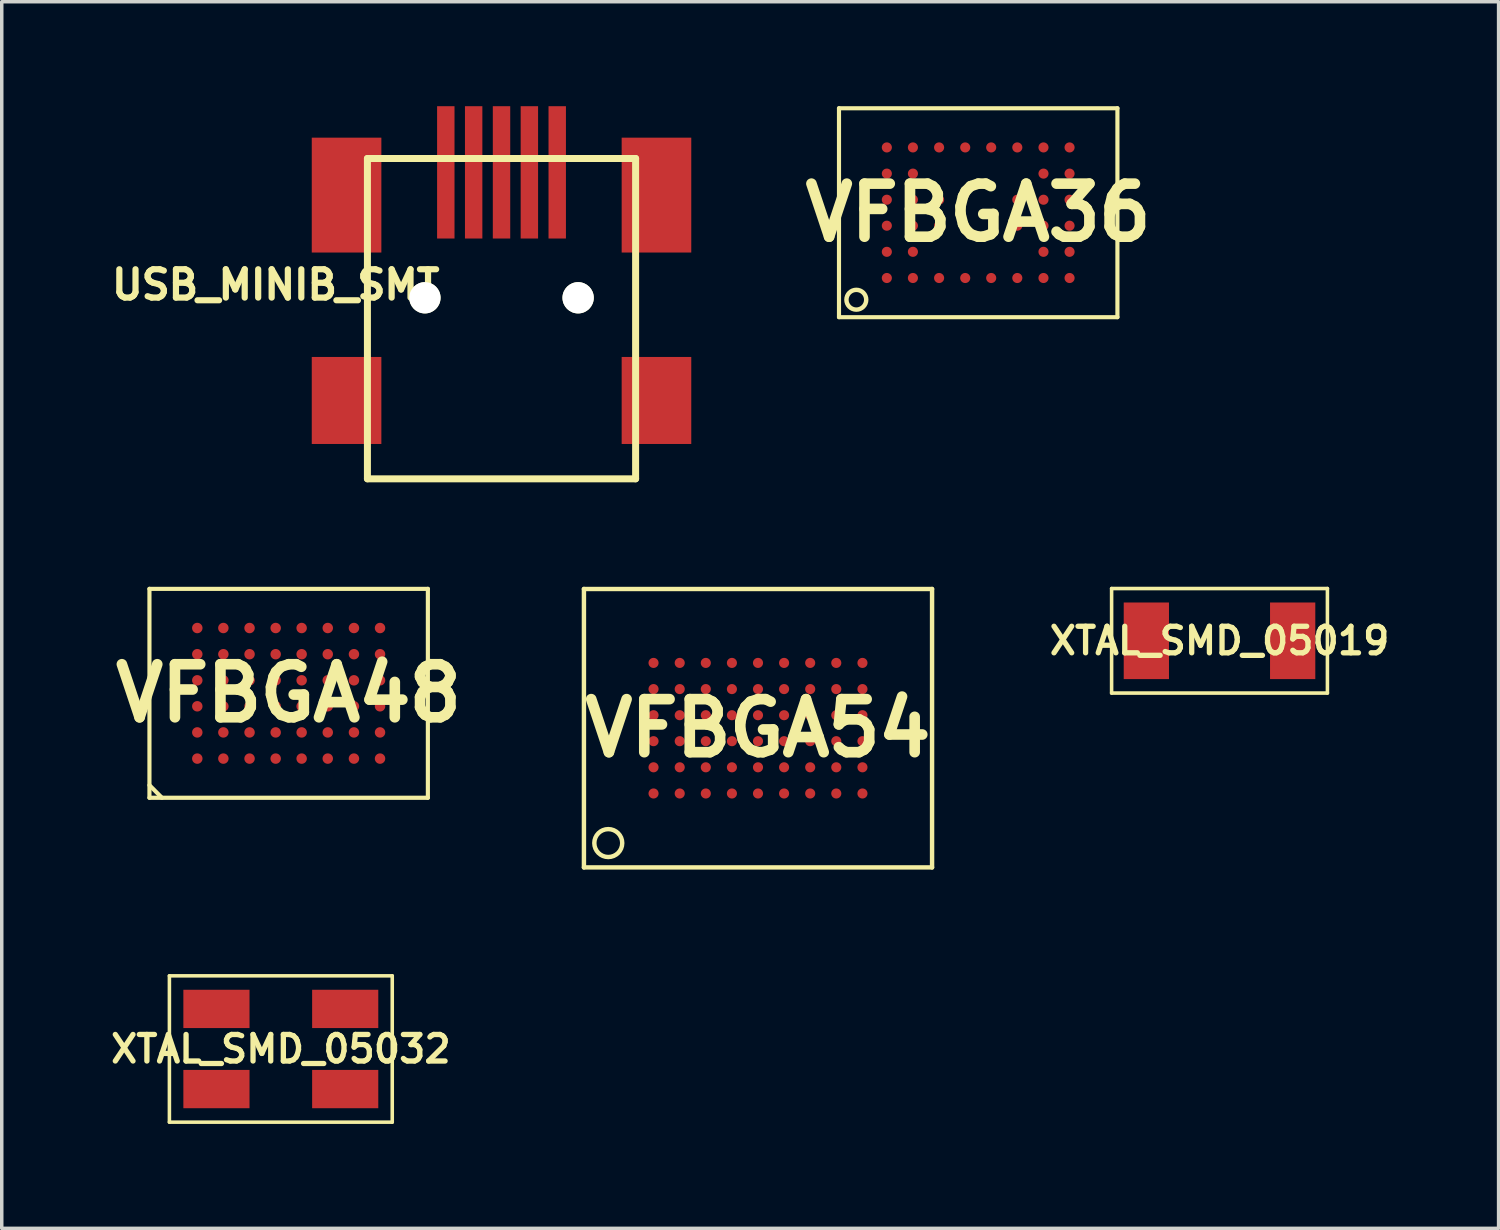
<source format=kicad_pcb>
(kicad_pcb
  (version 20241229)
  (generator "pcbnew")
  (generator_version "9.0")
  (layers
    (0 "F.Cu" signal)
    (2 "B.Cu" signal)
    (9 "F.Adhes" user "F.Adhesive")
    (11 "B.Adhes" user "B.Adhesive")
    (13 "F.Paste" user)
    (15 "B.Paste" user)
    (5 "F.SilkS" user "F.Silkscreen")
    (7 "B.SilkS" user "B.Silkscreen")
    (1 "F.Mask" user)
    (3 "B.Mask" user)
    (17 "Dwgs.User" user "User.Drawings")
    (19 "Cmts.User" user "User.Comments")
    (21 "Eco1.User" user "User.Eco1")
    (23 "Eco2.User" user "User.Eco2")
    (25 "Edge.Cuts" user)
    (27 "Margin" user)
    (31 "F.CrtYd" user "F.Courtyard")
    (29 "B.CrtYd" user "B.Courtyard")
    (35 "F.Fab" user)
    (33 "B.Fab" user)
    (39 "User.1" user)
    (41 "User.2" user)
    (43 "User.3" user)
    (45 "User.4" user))
  (footprint "VFBGA48"
    (layer "F.Cu")
    (at 5.24 16.861)
    (property "Reference" "VFBGA48" (at 0 0 0) (layer "F.SilkS") (effects (font (size 1.524 1.524) (thickness 0.305))))
    (attr through_hole)
    (fp_line (start -3.998 -3) (end -3.998 3) (stroke (width 0.119) (type solid)) (layer "F.SilkS"))
    (fp_line (start -3.998 -3) (end 3.998 -3) (stroke (width 0.119) (type solid)) (layer "F.SilkS"))
    (fp_line (start -3.998 2.639) (end -3.64 3) (stroke (width 0.119) (type solid)) (layer "F.SilkS"))
    (fp_line (start -3.998 3) (end 3.998 3) (stroke (width 0.119) (type solid)) (layer "F.SilkS"))
    (fp_line (start 3.998 -3) (end 3.998 3) (stroke (width 0.119) (type solid)) (layer "F.SilkS"))
    (pad "A1" smd oval (at -2.624 1.875) (size 0.3 0.3) (layers "F.Cu" "F.Mask" "F.Paste"))
    (pad "A2" smd oval (at -2.624 1.123) (size 0.3 0.3) (layers "F.Cu" "F.Mask" "F.Paste"))
    (pad "A3" smd oval (at -2.624 0.373) (size 0.3 0.3) (layers "F.Cu" "F.Mask" "F.Paste"))
    (pad "A4" smd oval (at -2.624 -0.373) (size 0.3 0.3) (layers "F.Cu" "F.Mask" "F.Paste"))
    (pad "A5" smd oval (at -2.624 -1.123) (size 0.3 0.3) (layers "F.Cu" "F.Mask" "F.Paste"))
    (pad "A6" smd oval (at -2.624 -1.875) (size 0.3 0.3) (layers "F.Cu" "F.Mask" "F.Paste"))
    (pad "B1" smd oval (at -1.875 1.875) (size 0.3 0.3) (layers "F.Cu" "F.Mask" "F.Paste"))
    (pad "B2" smd oval (at -1.875 1.123) (size 0.3 0.3) (layers "F.Cu" "F.Mask" "F.Paste"))
    (pad "B3" smd oval (at -1.875 0.373) (size 0.3 0.3) (layers "F.Cu" "F.Mask" "F.Paste"))
    (pad "B4" smd oval (at -1.875 -0.373) (size 0.3 0.3) (layers "F.Cu" "F.Mask" "F.Paste"))
    (pad "B5" smd oval (at -1.875 -1.123) (size 0.3 0.3) (layers "F.Cu" "F.Mask" "F.Paste"))
    (pad "B6" smd oval (at -1.875 -1.875) (size 0.3 0.3) (layers "F.Cu" "F.Mask" "F.Paste"))
    (pad "C1" smd oval (at -1.123 1.875) (size 0.3 0.3) (layers "F.Cu" "F.Mask" "F.Paste"))
    (pad "C2" smd oval (at -1.123 1.123) (size 0.3 0.3) (layers "F.Cu" "F.Mask" "F.Paste"))
    (pad "C3" smd oval (at -1.123 0.373) (size 0.3 0.3) (layers "F.Cu" "F.Mask" "F.Paste"))
    (pad "C4" smd oval (at -1.123 -0.373) (size 0.3 0.3) (layers "F.Cu" "F.Mask" "F.Paste"))
    (pad "C5" smd oval (at -1.123 -1.123) (size 0.3 0.3) (layers "F.Cu" "F.Mask" "F.Paste"))
    (pad "C6" smd oval (at -1.123 -1.875) (size 0.3 0.3) (layers "F.Cu" "F.Mask" "F.Paste"))
    (pad "D1" smd oval (at -0.373 1.875) (size 0.3 0.3) (layers "F.Cu" "F.Mask" "F.Paste"))
    (pad "D2" smd oval (at -0.373 1.123) (size 0.3 0.3) (layers "F.Cu" "F.Mask" "F.Paste"))
    (pad "D3" smd oval (at -0.373 0.373) (size 0.3 0.3) (layers "F.Cu" "F.Mask" "F.Paste"))
    (pad "D4" smd oval (at -0.373 -0.373) (size 0.3 0.3) (layers "F.Cu" "F.Mask" "F.Paste"))
    (pad "D5" smd oval (at -0.373 -1.123) (size 0.3 0.3) (layers "F.Cu" "F.Mask" "F.Paste"))
    (pad "D6" smd oval (at -0.373 -1.875) (size 0.3 0.3) (layers "F.Cu" "F.Mask" "F.Paste"))
    (pad "E1" smd oval (at 0.373 1.875) (size 0.3 0.3) (layers "F.Cu" "F.Mask" "F.Paste"))
    (pad "E2" smd oval (at 0.373 1.123) (size 0.3 0.3) (layers "F.Cu" "F.Mask" "F.Paste"))
    (pad "E3" smd oval (at 0.373 0.373) (size 0.3 0.3) (layers "F.Cu" "F.Mask" "F.Paste"))
    (pad "E4" smd oval (at 0.373 -0.373) (size 0.3 0.3) (layers "F.Cu" "F.Mask" "F.Paste"))
    (pad "E5" smd oval (at 0.373 -1.123) (size 0.3 0.3) (layers "F.Cu" "F.Mask" "F.Paste"))
    (pad "E6" smd oval (at 0.373 -1.875) (size 0.3 0.3) (layers "F.Cu" "F.Mask" "F.Paste"))
    (pad "F1" smd oval (at 1.123 1.875) (size 0.3 0.3) (layers "F.Cu" "F.Mask" "F.Paste"))
    (pad "F2" smd oval (at 1.123 1.123) (size 0.3 0.3) (layers "F.Cu" "F.Mask" "F.Paste"))
    (pad "F3" smd oval (at 1.123 0.373) (size 0.3 0.3) (layers "F.Cu" "F.Mask" "F.Paste"))
    (pad "F4" smd oval (at 1.123 -0.373) (size 0.3 0.3) (layers "F.Cu" "F.Mask" "F.Paste"))
    (pad "F5" smd oval (at 1.123 -1.123) (size 0.3 0.3) (layers "F.Cu" "F.Mask" "F.Paste"))
    (pad "F6" smd oval (at 1.123 -1.875) (size 0.3 0.3) (layers "F.Cu" "F.Mask" "F.Paste"))
    (pad "G1" smd oval (at 1.875 1.875) (size 0.3 0.3) (layers "F.Cu" "F.Mask" "F.Paste"))
    (pad "G2" smd oval (at 1.875 1.123) (size 0.3 0.3) (layers "F.Cu" "F.Mask" "F.Paste"))
    (pad "G3" smd oval (at 1.875 0.373) (size 0.3 0.3) (layers "F.Cu" "F.Mask" "F.Paste"))
    (pad "G4" smd oval (at 1.875 -0.373) (size 0.3 0.3) (layers "F.Cu" "F.Mask" "F.Paste"))
    (pad "G5" smd oval (at 1.875 -1.123) (size 0.3 0.3) (layers "F.Cu" "F.Mask" "F.Paste"))
    (pad "G6" smd oval (at 1.875 -1.875) (size 0.3 0.3) (layers "F.Cu" "F.Mask" "F.Paste"))
    (pad "H1" smd oval (at 2.624 1.875) (size 0.3 0.3) (layers "F.Cu" "F.Mask" "F.Paste"))
    (pad "H2" smd oval (at 2.624 1.123) (size 0.3 0.3) (layers "F.Cu" "F.Mask" "F.Paste"))
    (pad "H3" smd oval (at 2.624 0.373) (size 0.3 0.3) (layers "F.Cu" "F.Mask" "F.Paste"))
    (pad "H4" smd oval (at 2.624 -0.373) (size 0.3 0.3) (layers "F.Cu" "F.Mask" "F.Paste"))
    (pad "H5" smd oval (at 2.624 -1.123) (size 0.3 0.3) (layers "F.Cu" "F.Mask" "F.Paste"))
    (pad "H6" smd oval (at 2.624 -1.875) (size 0.3 0.3) (layers "F.Cu" "F.Mask" "F.Paste")))
  (footprint "VFBGA54"
    (layer "F.Cu")
    (at 18.719 17.863)
    (property "Reference" "VFBGA54" (at 0 0 0) (layer "F.SilkS") (effects (font (size 1.524 1.524) (thickness 0.305))))
    (attr through_hole)
    (fp_line (start -4.999 -3.998) (end -4.999 3.998) (stroke (width 0.127) (type solid)) (layer "F.SilkS"))
    (fp_line (start -4.999 -3.998) (end 4.999 -3.998) (stroke (width 0.127) (type solid)) (layer "F.SilkS"))
    (fp_line (start -4.999 3.998) (end 4.999 3.998) (stroke (width 0.127) (type solid)) (layer "F.SilkS"))
    (fp_line (start 4.999 -3.998) (end 4.999 3.998) (stroke (width 0.127) (type solid)) (layer "F.SilkS"))
    (fp_circle (center -4.3 3.299) (end -3.899 3.299) (stroke (width 0.127) (type solid)) (fill no) (layer "F.SilkS"))
    (pad "A1" smd oval (at -3 1.875) (size 0.29 0.29) (layers "F.Cu" "F.Mask" "F.Paste"))
    (pad "A2" smd oval (at -3 1.123) (size 0.29 0.29) (layers "F.Cu" "F.Mask" "F.Paste"))
    (pad "A3" smd oval (at -3 0.373) (size 0.29 0.29) (layers "F.Cu" "F.Mask" "F.Paste"))
    (pad "A4" smd oval (at -3 -0.373) (size 0.29 0.29) (layers "F.Cu" "F.Mask" "F.Paste"))
    (pad "A5" smd oval (at -3 -1.123) (size 0.29 0.29) (layers "F.Cu" "F.Mask" "F.Paste"))
    (pad "A6" smd oval (at -3 -1.875) (size 0.29 0.29) (layers "F.Cu" "F.Mask" "F.Paste"))
    (pad "B1" smd oval (at -2.248 1.875) (size 0.29 0.29) (layers "F.Cu" "F.Mask" "F.Paste"))
    (pad "B2" smd oval (at -2.248 1.123) (size 0.29 0.29) (layers "F.Cu" "F.Mask" "F.Paste"))
    (pad "B3" smd oval (at -2.248 0.373) (size 0.29 0.29) (layers "F.Cu" "F.Mask" "F.Paste"))
    (pad "B4" smd oval (at -2.248 -0.373) (size 0.29 0.29) (layers "F.Cu" "F.Mask" "F.Paste"))
    (pad "B5" smd oval (at -2.248 -1.123) (size 0.29 0.29) (layers "F.Cu" "F.Mask" "F.Paste"))
    (pad "B6" smd oval (at -2.248 -1.875) (size 0.29 0.29) (layers "F.Cu" "F.Mask" "F.Paste"))
    (pad "C1" smd oval (at -1.499 1.875) (size 0.29 0.29) (layers "F.Cu" "F.Mask" "F.Paste"))
    (pad "C2" smd oval (at -1.499 1.123) (size 0.29 0.29) (layers "F.Cu" "F.Mask" "F.Paste"))
    (pad "C3" smd oval (at -1.499 0.373) (size 0.29 0.29) (layers "F.Cu" "F.Mask" "F.Paste"))
    (pad "C4" smd oval (at -1.499 -0.373) (size 0.29 0.29) (layers "F.Cu" "F.Mask" "F.Paste"))
    (pad "C5" smd oval (at -1.499 -1.123) (size 0.29 0.29) (layers "F.Cu" "F.Mask" "F.Paste"))
    (pad "C6" smd oval (at -1.499 -1.875) (size 0.29 0.29) (layers "F.Cu" "F.Mask" "F.Paste"))
    (pad "D1" smd oval (at -0.749 1.875) (size 0.29 0.29) (layers "F.Cu" "F.Mask" "F.Paste"))
    (pad "D2" smd oval (at -0.749 1.123) (size 0.29 0.29) (layers "F.Cu" "F.Mask" "F.Paste"))
    (pad "D3" smd oval (at -0.749 0.373) (size 0.29 0.29) (layers "F.Cu" "F.Mask" "F.Paste"))
    (pad "D4" smd oval (at -0.749 -0.373) (size 0.29 0.29) (layers "F.Cu" "F.Mask" "F.Paste"))
    (pad "D5" smd oval (at -0.749 -1.123) (size 0.29 0.29) (layers "F.Cu" "F.Mask" "F.Paste"))
    (pad "D6" smd oval (at -0.749 -1.875) (size 0.29 0.29) (layers "F.Cu" "F.Mask" "F.Paste"))
    (pad "E1" smd oval (at 0 1.875) (size 0.29 0.29) (layers "F.Cu" "F.Mask" "F.Paste"))
    (pad "E2" smd oval (at 0 1.123) (size 0.29 0.29) (layers "F.Cu" "F.Mask" "F.Paste"))
    (pad "E3" smd oval (at 0 0.373) (size 0.29 0.29) (layers "F.Cu" "F.Mask" "F.Paste"))
    (pad "E4" smd oval (at 0 -0.373) (size 0.29 0.29) (layers "F.Cu" "F.Mask" "F.Paste"))
    (pad "E5" smd oval (at 0 -1.123) (size 0.29 0.29) (layers "F.Cu" "F.Mask" "F.Paste"))
    (pad "E6" smd oval (at 0 -1.875) (size 0.29 0.29) (layers "F.Cu" "F.Mask" "F.Paste"))
    (pad "F1" smd oval (at 0.749 1.875) (size 0.29 0.29) (layers "F.Cu" "F.Mask" "F.Paste"))
    (pad "F2" smd oval (at 0.749 1.123) (size 0.29 0.29) (layers "F.Cu" "F.Mask" "F.Paste"))
    (pad "F3" smd oval (at 0.749 0.373) (size 0.29 0.29) (layers "F.Cu" "F.Mask" "F.Paste"))
    (pad "F4" smd oval (at 0.749 -0.373) (size 0.29 0.29) (layers "F.Cu" "F.Mask" "F.Paste"))
    (pad "F5" smd oval (at 0.749 -1.123) (size 0.29 0.29) (layers "F.Cu" "F.Mask" "F.Paste"))
    (pad "F6" smd oval (at 0.749 -1.875) (size 0.29 0.29) (layers "F.Cu" "F.Mask" "F.Paste"))
    (pad "G1" smd oval (at 1.499 1.875) (size 0.29 0.29) (layers "F.Cu" "F.Mask" "F.Paste"))
    (pad "G2" smd oval (at 1.499 1.123) (size 0.29 0.29) (layers "F.Cu" "F.Mask" "F.Paste"))
    (pad "G3" smd oval (at 1.499 0.373) (size 0.29 0.29) (layers "F.Cu" "F.Mask" "F.Paste"))
    (pad "G4" smd oval (at 1.499 -0.373) (size 0.29 0.29) (layers "F.Cu" "F.Mask" "F.Paste"))
    (pad "G5" smd oval (at 1.499 -1.123) (size 0.29 0.29) (layers "F.Cu" "F.Mask" "F.Paste"))
    (pad "G6" smd oval (at 1.499 -1.875) (size 0.29 0.29) (layers "F.Cu" "F.Mask" "F.Paste"))
    (pad "H1" smd oval (at 2.248 1.875) (size 0.29 0.29) (layers "F.Cu" "F.Mask" "F.Paste"))
    (pad "H2" smd oval (at 2.248 1.123) (size 0.29 0.29) (layers "F.Cu" "F.Mask" "F.Paste"))
    (pad "H3" smd oval (at 2.248 0.373) (size 0.29 0.29) (layers "F.Cu" "F.Mask" "F.Paste"))
    (pad "H4" smd oval (at 2.248 -0.373) (size 0.29 0.29) (layers "F.Cu" "F.Mask" "F.Paste"))
    (pad "H5" smd oval (at 2.248 -1.123) (size 0.29 0.29) (layers "F.Cu" "F.Mask" "F.Paste"))
    (pad "H6" smd oval (at 2.248 -1.875) (size 0.29 0.29) (layers "F.Cu" "F.Mask" "F.Paste"))
    (pad "J1" smd oval (at 3 1.875) (size 0.29 0.29) (layers "F.Cu" "F.Mask" "F.Paste"))
    (pad "J2" smd oval (at 3 1.123) (size 0.29 0.29) (layers "F.Cu" "F.Mask" "F.Paste"))
    (pad "J3" smd oval (at 3 0.373) (size 0.29 0.29) (layers "F.Cu" "F.Mask" "F.Paste"))
    (pad "J4" smd oval (at 3 -0.373) (size 0.29 0.29) (layers "F.Cu" "F.Mask" "F.Paste"))
    (pad "J5" smd oval (at 3 -1.123) (size 0.29 0.29) (layers "F.Cu" "F.Mask" "F.Paste"))
    (pad "J6" smd oval (at 3 -1.875) (size 0.29 0.29) (layers "F.Cu" "F.Mask" "F.Paste")))
  (footprint "USB_MINIB_SMT"
    (layer "F.Cu")
    (at 11.353 5.502)
    (property "Reference" "USB_MINIB_SMT" (at -6.485 -0.373 0) (layer "F.SilkS") (effects (font (size 0.813 0.813) (thickness 0.178))))
    (attr through_hole)
    (fp_line (start -3.851 -4) (end -3.851 5.199) (stroke (width 0.201) (type solid)) (layer "F.SilkS"))
    (fp_line (start -3.851 5.199) (end 3.851 5.199) (stroke (width 0.201) (type solid)) (layer "F.SilkS"))
    (fp_line (start 3.851 -4) (end -3.851 -4) (stroke (width 0.201) (type solid)) (layer "F.SilkS"))
    (fp_line (start 3.851 5.199) (end 3.851 -4) (stroke (width 0.201) (type solid)) (layer "F.SilkS"))
    (pad "" np_thru_hole circle (at -2.2 0) (size 0.899 0.899) (drill 0.899) (layers "*.Cu" "*.Mask" "F.SilkS"))
    (pad "" np_thru_hole circle (at 2.2 0) (size 0.899 0.899) (drill 0.899) (layers "*.Cu" "*.Mask" "F.SilkS"))
    (pad "1" smd rect (at -1.6 -3.602) (size 0.5 3.8) (layers "F.Cu" "F.Mask" "F.Paste"))
    (pad "2" smd rect (at -0.8 -3.602) (size 0.5 3.8) (layers "F.Cu" "F.Mask" "F.Paste"))
    (pad "3" smd rect (at 0 -3.602) (size 0.5 3.8) (layers "F.Cu" "F.Mask" "F.Paste"))
    (pad "4" smd rect (at 0.8 -3.602) (size 0.5 3.8) (layers "F.Cu" "F.Mask" "F.Paste"))
    (pad "5" smd rect (at 1.6 -3.602) (size 0.5 3.8) (layers "F.Cu" "F.Mask" "F.Paste"))
    (pad "6" smd rect (at -4.45 -2.949) (size 1.999 3.299) (layers "F.Cu" "F.Mask" "F.Paste"))
    (pad "6" smd rect (at -4.45 2.949) (size 1.999 2.499) (layers "F.Cu" "F.Mask" "F.Paste"))
    (pad "7" smd rect (at 4.45 -2.949) (size 1.999 3.299) (layers "F.Cu" "F.Mask" "F.Paste"))
    (pad "7" smd rect (at 4.45 2.949) (size 1.999 2.499) (layers "F.Cu" "F.Mask" "F.Paste")))
  (footprint "XTAL_SMD_05019"
    (layer "F.Cu")
    (at 31.973 15.353)
    (property "Reference" "XTAL_SMD_05019" (at 0 0 0) (layer "F.SilkS") (effects (font (size 0.762 0.762) (thickness 0.152))))
    (attr through_hole)
    (fp_line (start -3.099 -1.501) (end 3.099 -1.501) (stroke (width 0.102) (type solid)) (layer "F.SilkS"))
    (fp_line (start -3.099 1.501) (end -3.099 -1.501) (stroke (width 0.102) (type solid)) (layer "F.SilkS"))
    (fp_line (start 3.099 -1.501) (end 3.099 1.501) (stroke (width 0.102) (type solid)) (layer "F.SilkS"))
    (fp_line (start 3.099 1.501) (end -3.099 1.501) (stroke (width 0.102) (type solid)) (layer "F.SilkS"))
    (pad "1" smd rect (at -2.101 0) (size 1.3 2.2) (layers "F.Cu" "F.Mask" "F.Paste"))
    (pad "2" smd rect (at 2.101 0) (size 1.3 2.2) (layers "F.Cu" "F.Mask" "F.Paste")))
  (footprint "VFBGA36"
    (layer "F.Cu")
    (at 25.043 3.059)
    (property "Reference" "VFBGA36" (at 0 0 0) (layer "F.SilkS") (effects (font (size 1.524 1.524) (thickness 0.305))))
    (attr through_hole)
    (fp_line (start -3.998 -3) (end -3.998 3) (stroke (width 0.119) (type solid)) (layer "F.SilkS"))
    (fp_line (start -3.998 -3) (end 3.998 -3) (stroke (width 0.119) (type solid)) (layer "F.SilkS"))
    (fp_line (start -3.998 3) (end 3.998 3) (stroke (width 0.119) (type solid)) (layer "F.SilkS"))
    (fp_line (start 3.998 -3) (end 3.998 3) (stroke (width 0.119) (type solid)) (layer "F.SilkS"))
    (fp_circle (center -3.5 2.499) (end -3.299 2.7) (stroke (width 0.127) (type solid)) (fill no) (layer "F.SilkS"))
    (pad "A1" smd oval (at -2.624 1.875) (size 0.29 0.29) (layers "F.Cu" "F.Mask" "F.Paste"))
    (pad "A2" smd oval (at -2.624 1.123) (size 0.29 0.29) (layers "F.Cu" "F.Mask" "F.Paste"))
    (pad "A3" smd oval (at -2.624 0.373) (size 0.29 0.29) (layers "F.Cu" "F.Mask" "F.Paste"))
    (pad "A4" smd oval (at -2.624 -0.373) (size 0.29 0.29) (layers "F.Cu" "F.Mask" "F.Paste"))
    (pad "A5" smd oval (at -2.624 -1.123) (size 0.29 0.29) (layers "F.Cu" "F.Mask" "F.Paste"))
    (pad "A6" smd oval (at -2.624 -1.875) (size 0.29 0.29) (layers "F.Cu" "F.Mask" "F.Paste"))
    (pad "B1" smd oval (at -1.875 1.875) (size 0.29 0.29) (layers "F.Cu" "F.Mask" "F.Paste"))
    (pad "B2" smd oval (at -1.875 1.123) (size 0.29 0.29) (layers "F.Cu" "F.Mask" "F.Paste"))
    (pad "B3" smd oval (at -1.875 0.373) (size 0.29 0.29) (layers "F.Cu" "F.Mask" "F.Paste"))
    (pad "B4" smd oval (at -1.875 -0.373) (size 0.29 0.29) (layers "F.Cu" "F.Mask" "F.Paste"))
    (pad "B5" smd oval (at -1.875 -1.123) (size 0.29 0.29) (layers "F.Cu" "F.Mask" "F.Paste"))
    (pad "B6" smd oval (at -1.875 -1.875) (size 0.29 0.29) (layers "F.Cu" "F.Mask" "F.Paste"))
    (pad "C1" smd oval (at -1.123 1.875) (size 0.29 0.29) (layers "F.Cu" "F.Mask" "F.Paste"))
    (pad "C3" smd oval (at -1.123 0.373) (size 0.29 0.29) (layers "F.Cu" "F.Mask" "F.Paste"))
    (pad "C4" smd oval (at -1.123 -0.373) (size 0.29 0.29) (layers "F.Cu" "F.Mask" "F.Paste"))
    (pad "C6" smd oval (at -1.123 -1.875) (size 0.29 0.29) (layers "F.Cu" "F.Mask" "F.Paste"))
    (pad "D1" smd oval (at -0.373 1.875) (size 0.29 0.29) (layers "F.Cu" "F.Mask" "F.Paste"))
    (pad "D6" smd oval (at -0.373 -1.875) (size 0.29 0.29) (layers "F.Cu" "F.Mask" "F.Paste"))
    (pad "E1" smd oval (at 0.373 1.875) (size 0.29 0.29) (layers "F.Cu" "F.Mask" "F.Paste"))
    (pad "E6" smd oval (at 0.373 -1.875) (size 0.29 0.29) (layers "F.Cu" "F.Mask" "F.Paste"))
    (pad "F1" smd oval (at 1.123 1.875) (size 0.29 0.29) (layers "F.Cu" "F.Mask" "F.Paste"))
    (pad "F3" smd oval (at 1.123 0.373) (size 0.29 0.29) (layers "F.Cu" "F.Mask" "F.Paste"))
    (pad "F4" smd oval (at 1.123 -0.373) (size 0.29 0.29) (layers "F.Cu" "F.Mask" "F.Paste"))
    (pad "F6" smd oval (at 1.123 -1.875) (size 0.29 0.29) (layers "F.Cu" "F.Mask" "F.Paste"))
    (pad "G1" smd oval (at 1.875 1.875) (size 0.29 0.29) (layers "F.Cu" "F.Mask" "F.Paste"))
    (pad "G2" smd oval (at 1.875 1.123) (size 0.29 0.29) (layers "F.Cu" "F.Mask" "F.Paste"))
    (pad "G3" smd oval (at 1.875 0.373) (size 0.29 0.29) (layers "F.Cu" "F.Mask" "F.Paste"))
    (pad "G4" smd oval (at 1.875 -0.373) (size 0.29 0.29) (layers "F.Cu" "F.Mask" "F.Paste"))
    (pad "G5" smd oval (at 1.875 -1.123) (size 0.29 0.29) (layers "F.Cu" "F.Mask" "F.Paste"))
    (pad "G6" smd oval (at 1.875 -1.875) (size 0.29 0.29) (layers "F.Cu" "F.Mask" "F.Paste"))
    (pad "H1" smd oval (at 2.624 1.875) (size 0.29 0.29) (layers "F.Cu" "F.Mask" "F.Paste"))
    (pad "H2" smd oval (at 2.624 1.123) (size 0.29 0.29) (layers "F.Cu" "F.Mask" "F.Paste"))
    (pad "H3" smd oval (at 2.624 0.373) (size 0.29 0.29) (layers "F.Cu" "F.Mask" "F.Paste"))
    (pad "H4" smd oval (at 2.624 -0.373) (size 0.29 0.29) (layers "F.Cu" "F.Mask" "F.Paste"))
    (pad "H5" smd oval (at 2.624 -1.123) (size 0.29 0.29) (layers "F.Cu" "F.Mask" "F.Paste"))
    (pad "H6" smd oval (at 2.624 -1.875) (size 0.29 0.29) (layers "F.Cu" "F.Mask" "F.Paste")))
  (footprint "XTAL_SMD_05032"
    (layer "F.Cu")
    (at 5.015 27.076)
    (property "Reference" "XTAL_SMD_05032" (at 0 0 0) (layer "F.SilkS") (effects (font (size 0.762 0.762) (thickness 0.152))))
    (attr through_hole)
    (fp_line (start -3.2 -2.101) (end 3.2 -2.101) (stroke (width 0.102) (type solid)) (layer "F.SilkS"))
    (fp_line (start -3.2 2.101) (end -3.2 -2.101) (stroke (width 0.102) (type solid)) (layer "F.SilkS"))
    (fp_line (start 3.2 -2.101) (end 3.2 2.101) (stroke (width 0.102) (type solid)) (layer "F.SilkS"))
    (fp_line (start 3.2 2.101) (end -3.2 2.101) (stroke (width 0.102) (type solid)) (layer "F.SilkS"))
    (pad "" smd rect (at -1.849 -1.151) (size 1.9 1.1) (layers "F.Cu" "F.Mask" "F.Paste"))
    (pad "" smd rect (at 1.849 1.151) (size 1.9 1.1) (layers "F.Cu" "F.Mask" "F.Paste"))
    (pad "1" smd rect (at -1.849 1.151) (size 1.9 1.1) (layers "F.Cu" "F.Mask" "F.Paste"))
    (pad "2" smd rect (at 1.849 -1.151) (size 1.9 1.1) (layers "F.Cu" "F.Mask" "F.Paste")))
  (gr_rect
    (start -3 -3)
    (end 39.988 32.227)
    (stroke (width 0.1) (type default))
    (fill no)
    (layer "Edge.Cuts")))
</source>
